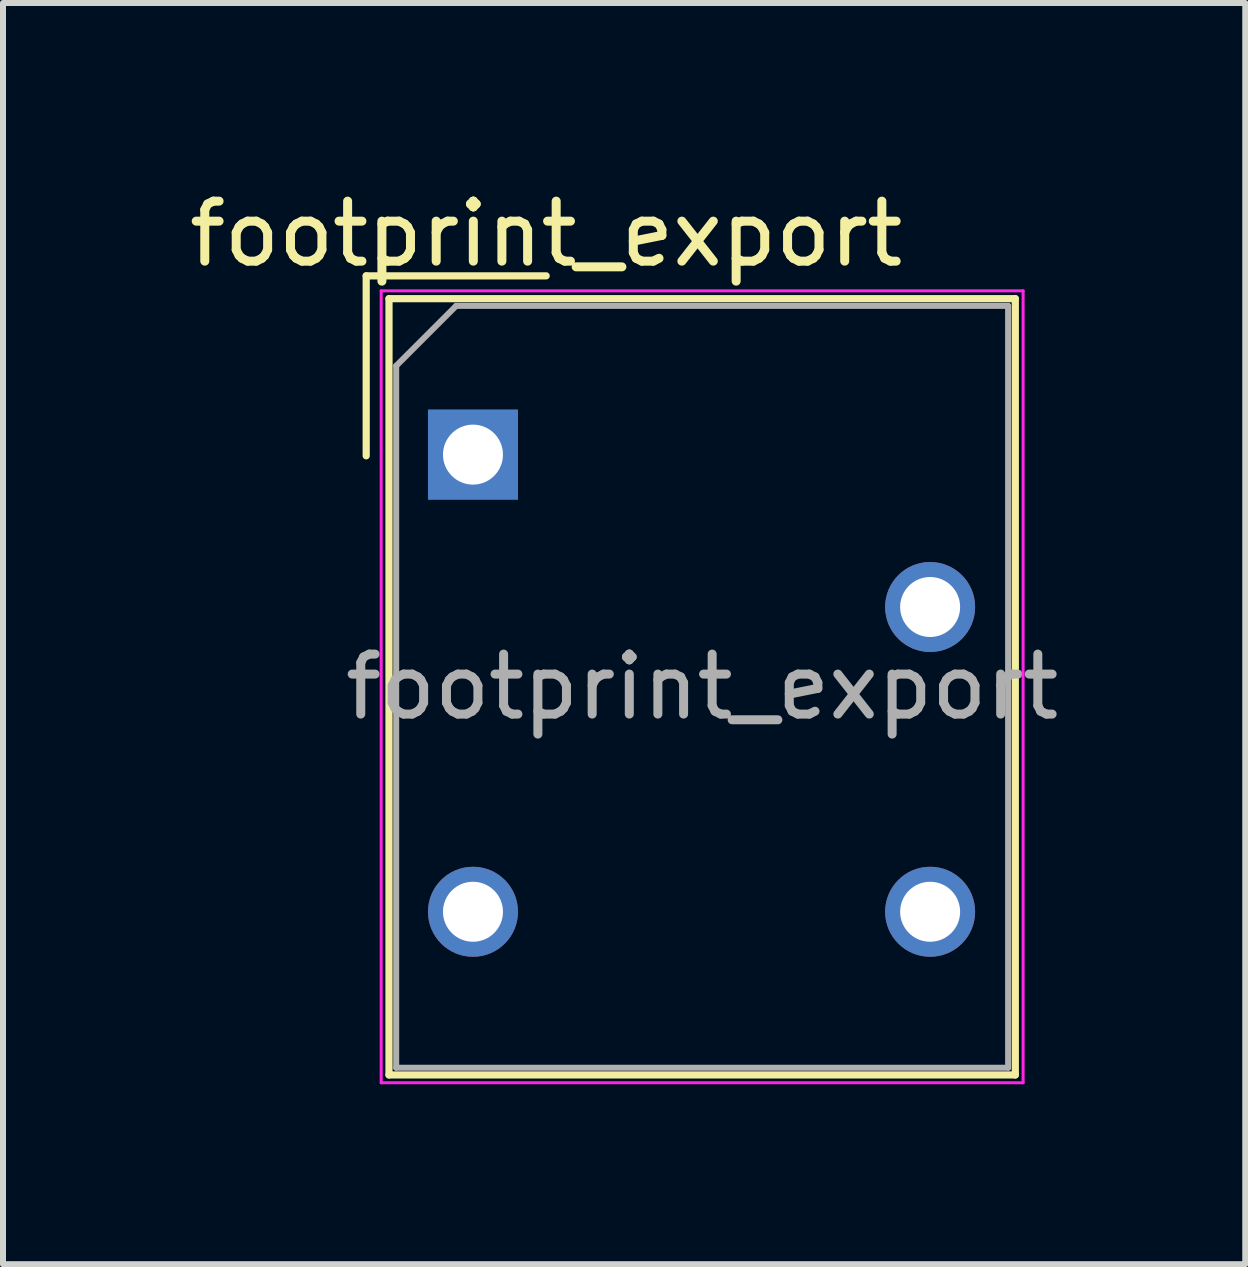
<source format=kicad_pcb>
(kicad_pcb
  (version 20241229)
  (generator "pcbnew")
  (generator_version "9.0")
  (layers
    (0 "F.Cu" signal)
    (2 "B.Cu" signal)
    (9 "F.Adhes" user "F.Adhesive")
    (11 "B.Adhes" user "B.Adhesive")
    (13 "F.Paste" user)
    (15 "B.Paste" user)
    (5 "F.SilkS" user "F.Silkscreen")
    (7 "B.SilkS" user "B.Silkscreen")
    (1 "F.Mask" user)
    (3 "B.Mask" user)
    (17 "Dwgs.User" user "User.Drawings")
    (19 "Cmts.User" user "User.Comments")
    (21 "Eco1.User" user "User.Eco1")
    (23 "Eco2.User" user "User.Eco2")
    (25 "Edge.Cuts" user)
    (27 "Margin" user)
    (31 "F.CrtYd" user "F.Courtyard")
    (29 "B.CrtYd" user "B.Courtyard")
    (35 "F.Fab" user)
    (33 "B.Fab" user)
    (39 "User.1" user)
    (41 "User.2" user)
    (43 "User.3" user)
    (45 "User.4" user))
  (footprint "footprint_export"
    (layer "F.Cu")
    (at 4.834 4.528)
    (property "Reference" "footprint_export" (at 1.22 -3.68 0) (layer "F.SilkS") (effects (font (size 1 1) (thickness 0.15))))
    (attr through_hole)
    (fp_line (start -1.78 -2.98) (end 1.22 -2.98) (stroke (width 0.12) (type solid)) (layer "F.SilkS"))
    (fp_line (start -1.78 0.02) (end -1.78 -2.98) (stroke (width 0.12) (type solid)) (layer "F.SilkS"))
    (fp_line (start -1.4 -2.6) (end -1.4 10.34) (stroke (width 0.12) (type solid)) (layer "F.SilkS"))
    (fp_line (start -1.4 -2.6) (end 9.04 -2.6) (stroke (width 0.12) (type solid)) (layer "F.SilkS"))
    (fp_line (start -1.4 10.34) (end 9.04 10.34) (stroke (width 0.12) (type solid)) (layer "F.SilkS"))
    (fp_line (start 9.04 -2.6) (end 9.04 10.34) (stroke (width 0.12) (type solid)) (layer "F.SilkS"))
    (fp_line (start -1.53 -2.73) (end -1.53 10.47) (stroke (width 0.05) (type solid)) (layer "F.CrtYd"))
    (fp_line (start -1.53 -2.73) (end 9.17 -2.73) (stroke (width 0.05) (type solid)) (layer "F.CrtYd"))
    (fp_line (start -1.53 10.47) (end 9.17 10.47) (stroke (width 0.05) (type solid)) (layer "F.CrtYd"))
    (fp_line (start 9.17 -2.73) (end 9.17 10.47) (stroke (width 0.05) (type solid)) (layer "F.CrtYd"))
    (fp_line (start -1.28 -1.48) (end -0.28 -2.48) (stroke (width 0.1) (type solid)) (layer "F.Fab"))
    (fp_line (start -1.28 10.22) (end -1.28 -1.48) (stroke (width 0.1) (type solid)) (layer "F.Fab"))
    (fp_line (start -0.28 -2.48) (end 8.92 -2.48) (stroke (width 0.1) (type solid)) (layer "F.Fab"))
    (fp_line (start 8.92 -2.48) (end 8.92 10.22) (stroke (width 0.1) (type solid)) (layer "F.Fab"))
    (fp_line (start 8.92 10.22) (end -1.28 10.22) (stroke (width 0.1) (type solid)) (layer "F.Fab"))
    (fp_text user "${REFERENCE}" (at 3.82 3.87 0) (layer "F.Fab") (effects (font (size 1 1) (thickness 0.15))))
    (pad "1" thru_hole rect (at 0 0) (size 1.5 1.5) (drill 1) (layers "*.Cu" "*.Mask"))
    (pad "4" thru_hole circle (at 0 7.62) (size 1.5 1.5) (drill 1) (layers "*.Cu" "*.Mask"))
    (pad "5" thru_hole circle (at 7.62 7.62) (size 1.5 1.5) (drill 1) (layers "*.Cu" "*.Mask"))
    (pad "7" thru_hole circle (at 7.62 2.54) (size 1.5 1.5) (drill 1) (layers "*.Cu" "*.Mask")))
  (gr_rect
    (start -3 -3)
    (end 17.707 18.023)
    (stroke (width 0.1) (type default))
    (fill no)
    (layer "Edge.Cuts")))
</source>
